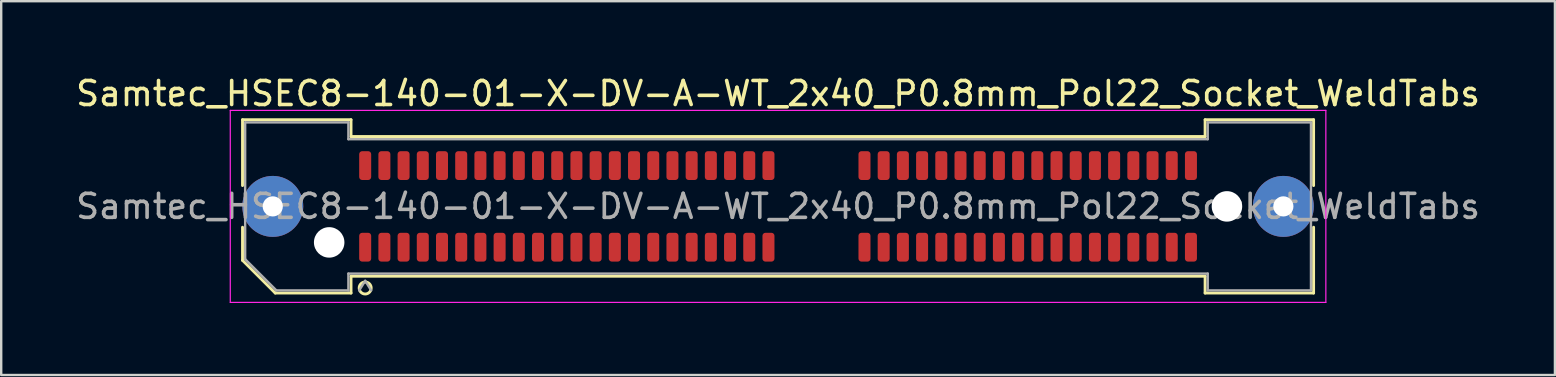
<source format=kicad_pcb>
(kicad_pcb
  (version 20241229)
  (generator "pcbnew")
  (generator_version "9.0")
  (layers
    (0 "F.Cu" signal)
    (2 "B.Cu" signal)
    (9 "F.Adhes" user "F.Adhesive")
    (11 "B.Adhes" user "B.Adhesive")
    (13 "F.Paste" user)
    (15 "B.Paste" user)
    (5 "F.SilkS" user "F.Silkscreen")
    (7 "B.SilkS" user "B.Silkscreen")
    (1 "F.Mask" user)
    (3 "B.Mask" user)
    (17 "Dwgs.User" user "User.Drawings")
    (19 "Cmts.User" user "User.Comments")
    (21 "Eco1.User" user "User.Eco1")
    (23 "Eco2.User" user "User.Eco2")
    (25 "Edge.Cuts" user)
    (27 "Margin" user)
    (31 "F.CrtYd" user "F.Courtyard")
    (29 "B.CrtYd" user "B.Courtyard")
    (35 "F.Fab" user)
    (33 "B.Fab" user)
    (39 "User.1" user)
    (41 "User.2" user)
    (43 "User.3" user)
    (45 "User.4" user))
  (footprint "Samtec_HSEC8-140-01-X-DV-A-WT_2x40_P0.8mm_Pol22_Socket_WeldTabs"
    (layer "F.Cu")
    (at 29.363 5.548)
    (property "Reference" "Samtec_HSEC8-140-01-X-DV-A-WT_2x40_P0.8mm_Pol22_Socket_WeldTabs" (at 0 -4.7 0) (layer "F.SilkS") (effects (font (size 1 1) (thickness 0.15))))
    (attr smd)
    (fp_line (start -22.31 -3.61) (end -17.79 -3.61) (stroke (width 0.12) (type solid)) (layer "F.SilkS"))
    (fp_line (start -22.31 -0.868) (end -22.31 -3.61) (stroke (width 0.12) (type solid)) (layer "F.SilkS"))
    (fp_line (start -22.31 2.246) (end -22.31 0.868) (stroke (width 0.12) (type solid)) (layer "F.SilkS"))
    (fp_line (start -20.946 3.61) (end -22.31 2.246) (stroke (width 0.12) (type solid)) (layer "F.SilkS"))
    (fp_line (start -17.79 -3.61) (end -17.79 -2.91) (stroke (width 0.12) (type solid)) (layer "F.SilkS"))
    (fp_line (start -17.79 -2.91) (end 17.79 -2.91) (stroke (width 0.12) (type solid)) (layer "F.SilkS"))
    (fp_line (start -17.79 2.91) (end -17.79 3.61) (stroke (width 0.12) (type solid)) (layer "F.SilkS"))
    (fp_line (start -17.79 3.61) (end -20.946 3.61) (stroke (width 0.12) (type solid)) (layer "F.SilkS"))
    (fp_line (start 17.79 -3.61) (end 22.31 -3.61) (stroke (width 0.12) (type solid)) (layer "F.SilkS"))
    (fp_line (start 17.79 -2.91) (end 17.79 -3.61) (stroke (width 0.12) (type solid)) (layer "F.SilkS"))
    (fp_line (start 17.79 2.91) (end -17.79 2.91) (stroke (width 0.12) (type solid)) (layer "F.SilkS"))
    (fp_line (start 17.79 3.61) (end 17.79 2.91) (stroke (width 0.12) (type solid)) (layer "F.SilkS"))
    (fp_line (start 22.31 -3.61) (end 22.31 -0.868) (stroke (width 0.12) (type solid)) (layer "F.SilkS"))
    (fp_line (start 22.31 0.868) (end 22.31 3.61) (stroke (width 0.12) (type solid)) (layer "F.SilkS"))
    (fp_line (start 22.31 3.61) (end 17.79 3.61) (stroke (width 0.12) (type solid)) (layer "F.SilkS"))
    (fp_arc (start -16.95 3.4) (mid -17.45 3.4) (end -16.95 3.4) (stroke (width 0.12) (type solid)) (layer "F.SilkS"))
    (fp_line (start -22.82 -4) (end -22.82 4) (stroke (width 0.05) (type solid)) (layer "F.CrtYd"))
    (fp_line (start -22.82 4) (end 22.82 4) (stroke (width 0.05) (type solid)) (layer "F.CrtYd"))
    (fp_line (start 22.82 -4) (end -22.82 -4) (stroke (width 0.05) (type solid)) (layer "F.CrtYd"))
    (fp_line (start 22.82 4) (end 22.82 -4) (stroke (width 0.05) (type solid)) (layer "F.CrtYd"))
    (fp_line (start -22.2 -3.5) (end -17.9 -3.5) (stroke (width 0.1) (type solid)) (layer "F.Fab"))
    (fp_line (start -22.2 2.2) (end -22.2 -3.5) (stroke (width 0.1) (type solid)) (layer "F.Fab"))
    (fp_line (start -20.9 3.5) (end -22.2 2.2) (stroke (width 0.1) (type solid)) (layer "F.Fab"))
    (fp_line (start -17.9 -3.5) (end -17.9 -2.8) (stroke (width 0.1) (type solid)) (layer "F.Fab"))
    (fp_line (start -17.9 -2.8) (end 17.9 -2.8) (stroke (width 0.1) (type solid)) (layer "F.Fab"))
    (fp_line (start -17.9 2.8) (end -17.9 3.5) (stroke (width 0.1) (type solid)) (layer "F.Fab"))
    (fp_line (start -17.9 3.5) (end -20.9 3.5) (stroke (width 0.1) (type solid)) (layer "F.Fab"))
    (fp_line (start -17.2 3.1) (end -17.45 3.5) (stroke (width 0.1) (type solid)) (layer "F.Fab"))
    (fp_line (start -17.2 3.1) (end -16.95 3.5) (stroke (width 0.1) (type solid)) (layer "F.Fab"))
    (fp_line (start 17.9 -3.5) (end 22.2 -3.5) (stroke (width 0.1) (type solid)) (layer "F.Fab"))
    (fp_line (start 17.9 -2.8) (end 17.9 -3.5) (stroke (width 0.1) (type solid)) (layer "F.Fab"))
    (fp_line (start 17.9 2.8) (end -17.9 2.8) (stroke (width 0.1) (type solid)) (layer "F.Fab"))
    (fp_line (start 17.9 3.5) (end 17.9 2.8) (stroke (width 0.1) (type solid)) (layer "F.Fab"))
    (fp_line (start 22.2 -3.5) (end 22.2 3.5) (stroke (width 0.1) (type solid)) (layer "F.Fab"))
    (fp_line (start 22.2 3.5) (end 17.9 3.5) (stroke (width 0.1) (type solid)) (layer "F.Fab"))
    (fp_text user "${REFERENCE}" (at 0 0 0) (layer "F.Fab") (effects (font (size 1 1) (thickness 0.15))))
    (pad "" thru_hole circle (at -21.05 0) (size 2.54 2.54) (drill 0.84) (layers "*.Cu" "*.Mask" "F.Paste"))
    (pad "" np_thru_hole circle (at -18.7 1.5) (size 1.27 1.27) (drill 1.27) (layers "*.Cu" "*.Mask"))
    (pad "" np_thru_hole circle (at 18.7 0) (size 1.27 1.27) (drill 1.27) (layers "*.Cu" "*.Mask"))
    (pad "" thru_hole circle (at 21.05 0) (size 2.54 2.54) (drill 0.84) (layers "*.Cu" "*.Mask" "F.Paste"))
    (pad "1" smd roundrect (at -17.2 1.7) (size 0.5 1.2) (layers "F.Cu" "F.Mask" "F.Paste") (roundrect_rratio 0.25))
    (pad "2" smd roundrect (at -17.2 -1.7) (size 0.5 1.2) (layers "F.Cu" "F.Mask" "F.Paste") (roundrect_rratio 0.25))
    (pad "3" smd roundrect (at -16.4 1.7) (size 0.5 1.2) (layers "F.Cu" "F.Mask" "F.Paste") (roundrect_rratio 0.25))
    (pad "4" smd roundrect (at -16.4 -1.7) (size 0.5 1.2) (layers "F.Cu" "F.Mask" "F.Paste") (roundrect_rratio 0.25))
    (pad "5" smd roundrect (at -15.6 1.7) (size 0.5 1.2) (layers "F.Cu" "F.Mask" "F.Paste") (roundrect_rratio 0.25))
    (pad "6" smd roundrect (at -15.6 -1.7) (size 0.5 1.2) (layers "F.Cu" "F.Mask" "F.Paste") (roundrect_rratio 0.25))
    (pad "7" smd roundrect (at -14.8 1.7) (size 0.5 1.2) (layers "F.Cu" "F.Mask" "F.Paste") (roundrect_rratio 0.25))
    (pad "8" smd roundrect (at -14.8 -1.7) (size 0.5 1.2) (layers "F.Cu" "F.Mask" "F.Paste") (roundrect_rratio 0.25))
    (pad "9" smd roundrect (at -14 1.7) (size 0.5 1.2) (layers "F.Cu" "F.Mask" "F.Paste") (roundrect_rratio 0.25))
    (pad "10" smd roundrect (at -14 -1.7) (size 0.5 1.2) (layers "F.Cu" "F.Mask" "F.Paste") (roundrect_rratio 0.25))
    (pad "11" smd roundrect (at -13.2 1.7) (size 0.5 1.2) (layers "F.Cu" "F.Mask" "F.Paste") (roundrect_rratio 0.25))
    (pad "12" smd roundrect (at -13.2 -1.7) (size 0.5 1.2) (layers "F.Cu" "F.Mask" "F.Paste") (roundrect_rratio 0.25))
    (pad "13" smd roundrect (at -12.4 1.7) (size 0.5 1.2) (layers "F.Cu" "F.Mask" "F.Paste") (roundrect_rratio 0.25))
    (pad "14" smd roundrect (at -12.4 -1.7) (size 0.5 1.2) (layers "F.Cu" "F.Mask" "F.Paste") (roundrect_rratio 0.25))
    (pad "15" smd roundrect (at -11.6 1.7) (size 0.5 1.2) (layers "F.Cu" "F.Mask" "F.Paste") (roundrect_rratio 0.25))
    (pad "16" smd roundrect (at -11.6 -1.7) (size 0.5 1.2) (layers "F.Cu" "F.Mask" "F.Paste") (roundrect_rratio 0.25))
    (pad "17" smd roundrect (at -10.8 1.7) (size 0.5 1.2) (layers "F.Cu" "F.Mask" "F.Paste") (roundrect_rratio 0.25))
    (pad "18" smd roundrect (at -10.8 -1.7) (size 0.5 1.2) (layers "F.Cu" "F.Mask" "F.Paste") (roundrect_rratio 0.25))
    (pad "19" smd roundrect (at -10 1.7) (size 0.5 1.2) (layers "F.Cu" "F.Mask" "F.Paste") (roundrect_rratio 0.25))
    (pad "20" smd roundrect (at -10 -1.7) (size 0.5 1.2) (layers "F.Cu" "F.Mask" "F.Paste") (roundrect_rratio 0.25))
    (pad "21" smd roundrect (at -9.2 1.7) (size 0.5 1.2) (layers "F.Cu" "F.Mask" "F.Paste") (roundrect_rratio 0.25))
    (pad "22" smd roundrect (at -9.2 -1.7) (size 0.5 1.2) (layers "F.Cu" "F.Mask" "F.Paste") (roundrect_rratio 0.25))
    (pad "23" smd roundrect (at -8.4 1.7) (size 0.5 1.2) (layers "F.Cu" "F.Mask" "F.Paste") (roundrect_rratio 0.25))
    (pad "24" smd roundrect (at -8.4 -1.7) (size 0.5 1.2) (layers "F.Cu" "F.Mask" "F.Paste") (roundrect_rratio 0.25))
    (pad "25" smd roundrect (at -7.6 1.7) (size 0.5 1.2) (layers "F.Cu" "F.Mask" "F.Paste") (roundrect_rratio 0.25))
    (pad "26" smd roundrect (at -7.6 -1.7) (size 0.5 1.2) (layers "F.Cu" "F.Mask" "F.Paste") (roundrect_rratio 0.25))
    (pad "27" smd roundrect (at -6.8 1.7) (size 0.5 1.2) (layers "F.Cu" "F.Mask" "F.Paste") (roundrect_rratio 0.25))
    (pad "28" smd roundrect (at -6.8 -1.7) (size 0.5 1.2) (layers "F.Cu" "F.Mask" "F.Paste") (roundrect_rratio 0.25))
    (pad "29" smd roundrect (at -6 1.7) (size 0.5 1.2) (layers "F.Cu" "F.Mask" "F.Paste") (roundrect_rratio 0.25))
    (pad "30" smd roundrect (at -6 -1.7) (size 0.5 1.2) (layers "F.Cu" "F.Mask" "F.Paste") (roundrect_rratio 0.25))
    (pad "31" smd roundrect (at -5.2 1.7) (size 0.5 1.2) (layers "F.Cu" "F.Mask" "F.Paste") (roundrect_rratio 0.25))
    (pad "32" smd roundrect (at -5.2 -1.7) (size 0.5 1.2) (layers "F.Cu" "F.Mask" "F.Paste") (roundrect_rratio 0.25))
    (pad "33" smd roundrect (at -4.4 1.7) (size 0.5 1.2) (layers "F.Cu" "F.Mask" "F.Paste") (roundrect_rratio 0.25))
    (pad "34" smd roundrect (at -4.4 -1.7) (size 0.5 1.2) (layers "F.Cu" "F.Mask" "F.Paste") (roundrect_rratio 0.25))
    (pad "35" smd roundrect (at -3.6 1.7) (size 0.5 1.2) (layers "F.Cu" "F.Mask" "F.Paste") (roundrect_rratio 0.25))
    (pad "36" smd roundrect (at -3.6 -1.7) (size 0.5 1.2) (layers "F.Cu" "F.Mask" "F.Paste") (roundrect_rratio 0.25))
    (pad "37" smd roundrect (at -2.8 1.7) (size 0.5 1.2) (layers "F.Cu" "F.Mask" "F.Paste") (roundrect_rratio 0.25))
    (pad "38" smd roundrect (at -2.8 -1.7) (size 0.5 1.2) (layers "F.Cu" "F.Mask" "F.Paste") (roundrect_rratio 0.25))
    (pad "39" smd roundrect (at -2 1.7) (size 0.5 1.2) (layers "F.Cu" "F.Mask" "F.Paste") (roundrect_rratio 0.25))
    (pad "40" smd roundrect (at -2 -1.7) (size 0.5 1.2) (layers "F.Cu" "F.Mask" "F.Paste") (roundrect_rratio 0.25))
    (pad "41" smd roundrect (at -1.2 1.7) (size 0.5 1.2) (layers "F.Cu" "F.Mask" "F.Paste") (roundrect_rratio 0.25))
    (pad "42" smd roundrect (at -1.2 -1.7) (size 0.5 1.2) (layers "F.Cu" "F.Mask" "F.Paste") (roundrect_rratio 0.25))
    (pad "43" smd roundrect (at -0.4 1.7) (size 0.5 1.2) (layers "F.Cu" "F.Mask" "F.Paste") (roundrect_rratio 0.25))
    (pad "44" smd roundrect (at -0.4 -1.7) (size 0.5 1.2) (layers "F.Cu" "F.Mask" "F.Paste") (roundrect_rratio 0.25))
    (pad "45" smd roundrect (at 3.6 1.7) (size 0.5 1.2) (layers "F.Cu" "F.Mask" "F.Paste") (roundrect_rratio 0.25))
    (pad "46" smd roundrect (at 3.6 -1.7) (size 0.5 1.2) (layers "F.Cu" "F.Mask" "F.Paste") (roundrect_rratio 0.25))
    (pad "47" smd roundrect (at 4.4 1.7) (size 0.5 1.2) (layers "F.Cu" "F.Mask" "F.Paste") (roundrect_rratio 0.25))
    (pad "48" smd roundrect (at 4.4 -1.7) (size 0.5 1.2) (layers "F.Cu" "F.Mask" "F.Paste") (roundrect_rratio 0.25))
    (pad "49" smd roundrect (at 5.2 1.7) (size 0.5 1.2) (layers "F.Cu" "F.Mask" "F.Paste") (roundrect_rratio 0.25))
    (pad "50" smd roundrect (at 5.2 -1.7) (size 0.5 1.2) (layers "F.Cu" "F.Mask" "F.Paste") (roundrect_rratio 0.25))
    (pad "51" smd roundrect (at 6 1.7) (size 0.5 1.2) (layers "F.Cu" "F.Mask" "F.Paste") (roundrect_rratio 0.25))
    (pad "52" smd roundrect (at 6 -1.7) (size 0.5 1.2) (layers "F.Cu" "F.Mask" "F.Paste") (roundrect_rratio 0.25))
    (pad "53" smd roundrect (at 6.8 1.7) (size 0.5 1.2) (layers "F.Cu" "F.Mask" "F.Paste") (roundrect_rratio 0.25))
    (pad "54" smd roundrect (at 6.8 -1.7) (size 0.5 1.2) (layers "F.Cu" "F.Mask" "F.Paste") (roundrect_rratio 0.25))
    (pad "55" smd roundrect (at 7.6 1.7) (size 0.5 1.2) (layers "F.Cu" "F.Mask" "F.Paste") (roundrect_rratio 0.25))
    (pad "56" smd roundrect (at 7.6 -1.7) (size 0.5 1.2) (layers "F.Cu" "F.Mask" "F.Paste") (roundrect_rratio 0.25))
    (pad "57" smd roundrect (at 8.4 1.7) (size 0.5 1.2) (layers "F.Cu" "F.Mask" "F.Paste") (roundrect_rratio 0.25))
    (pad "58" smd roundrect (at 8.4 -1.7) (size 0.5 1.2) (layers "F.Cu" "F.Mask" "F.Paste") (roundrect_rratio 0.25))
    (pad "59" smd roundrect (at 9.2 1.7) (size 0.5 1.2) (layers "F.Cu" "F.Mask" "F.Paste") (roundrect_rratio 0.25))
    (pad "60" smd roundrect (at 9.2 -1.7) (size 0.5 1.2) (layers "F.Cu" "F.Mask" "F.Paste") (roundrect_rratio 0.25))
    (pad "61" smd roundrect (at 10 1.7) (size 0.5 1.2) (layers "F.Cu" "F.Mask" "F.Paste") (roundrect_rratio 0.25))
    (pad "62" smd roundrect (at 10 -1.7) (size 0.5 1.2) (layers "F.Cu" "F.Mask" "F.Paste") (roundrect_rratio 0.25))
    (pad "63" smd roundrect (at 10.8 1.7) (size 0.5 1.2) (layers "F.Cu" "F.Mask" "F.Paste") (roundrect_rratio 0.25))
    (pad "64" smd roundrect (at 10.8 -1.7) (size 0.5 1.2) (layers "F.Cu" "F.Mask" "F.Paste") (roundrect_rratio 0.25))
    (pad "65" smd roundrect (at 11.6 1.7) (size 0.5 1.2) (layers "F.Cu" "F.Mask" "F.Paste") (roundrect_rratio 0.25))
    (pad "66" smd roundrect (at 11.6 -1.7) (size 0.5 1.2) (layers "F.Cu" "F.Mask" "F.Paste") (roundrect_rratio 0.25))
    (pad "67" smd roundrect (at 12.4 1.7) (size 0.5 1.2) (layers "F.Cu" "F.Mask" "F.Paste") (roundrect_rratio 0.25))
    (pad "68" smd roundrect (at 12.4 -1.7) (size 0.5 1.2) (layers "F.Cu" "F.Mask" "F.Paste") (roundrect_rratio 0.25))
    (pad "69" smd roundrect (at 13.2 1.7) (size 0.5 1.2) (layers "F.Cu" "F.Mask" "F.Paste") (roundrect_rratio 0.25))
    (pad "70" smd roundrect (at 13.2 -1.7) (size 0.5 1.2) (layers "F.Cu" "F.Mask" "F.Paste") (roundrect_rratio 0.25))
    (pad "71" smd roundrect (at 14 1.7) (size 0.5 1.2) (layers "F.Cu" "F.Mask" "F.Paste") (roundrect_rratio 0.25))
    (pad "72" smd roundrect (at 14 -1.7) (size 0.5 1.2) (layers "F.Cu" "F.Mask" "F.Paste") (roundrect_rratio 0.25))
    (pad "73" smd roundrect (at 14.8 1.7) (size 0.5 1.2) (layers "F.Cu" "F.Mask" "F.Paste") (roundrect_rratio 0.25))
    (pad "74" smd roundrect (at 14.8 -1.7) (size 0.5 1.2) (layers "F.Cu" "F.Mask" "F.Paste") (roundrect_rratio 0.25))
    (pad "75" smd roundrect (at 15.6 1.7) (size 0.5 1.2) (layers "F.Cu" "F.Mask" "F.Paste") (roundrect_rratio 0.25))
    (pad "76" smd roundrect (at 15.6 -1.7) (size 0.5 1.2) (layers "F.Cu" "F.Mask" "F.Paste") (roundrect_rratio 0.25))
    (pad "77" smd roundrect (at 16.4 1.7) (size 0.5 1.2) (layers "F.Cu" "F.Mask" "F.Paste") (roundrect_rratio 0.25))
    (pad "78" smd roundrect (at 16.4 -1.7) (size 0.5 1.2) (layers "F.Cu" "F.Mask" "F.Paste") (roundrect_rratio 0.25))
    (pad "79" smd roundrect (at 17.2 1.7) (size 0.5 1.2) (layers "F.Cu" "F.Mask" "F.Paste") (roundrect_rratio 0.25))
    (pad "80" smd roundrect (at 17.2 -1.7) (size 0.5 1.2) (layers "F.Cu" "F.Mask" "F.Paste") (roundrect_rratio 0.25)))
  (gr_rect
    (start -3 -3)
    (end 61.726 12.573)
    (stroke (width 0.1) (type default))
    (fill no)
    (layer "Edge.Cuts")))
</source>
